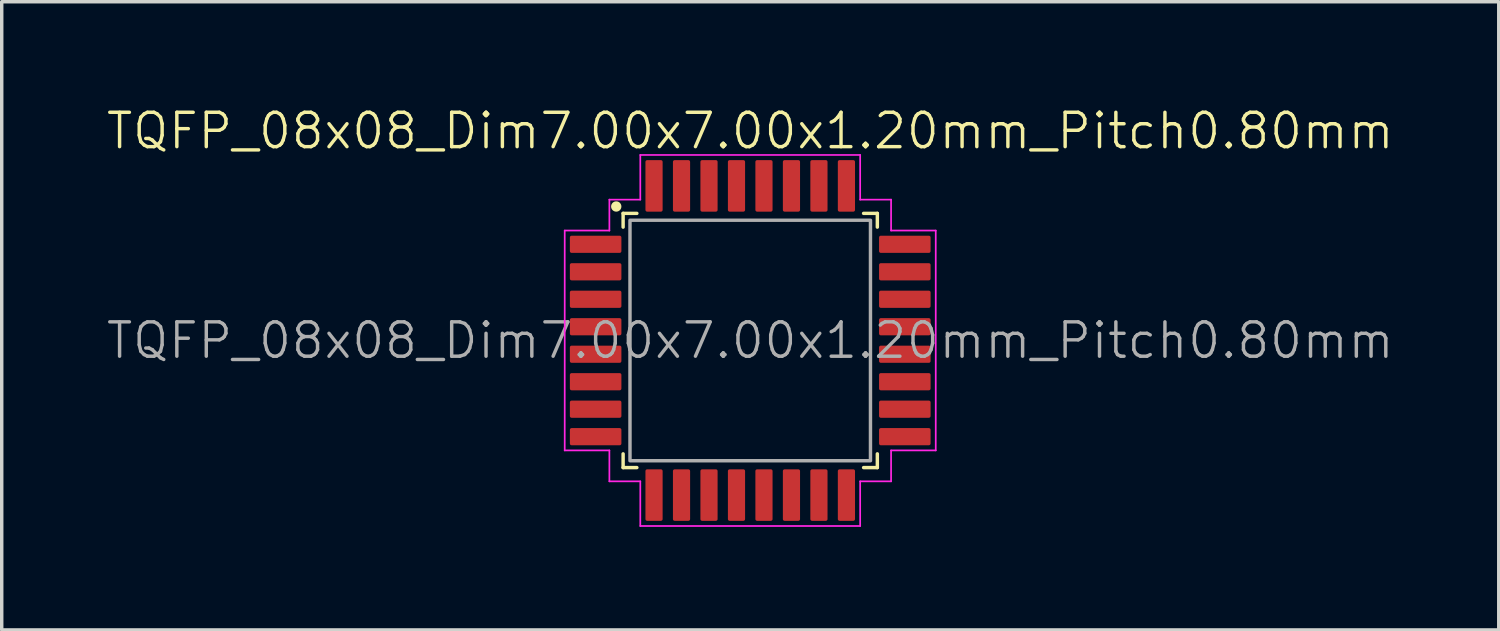
<source format=kicad_pcb>
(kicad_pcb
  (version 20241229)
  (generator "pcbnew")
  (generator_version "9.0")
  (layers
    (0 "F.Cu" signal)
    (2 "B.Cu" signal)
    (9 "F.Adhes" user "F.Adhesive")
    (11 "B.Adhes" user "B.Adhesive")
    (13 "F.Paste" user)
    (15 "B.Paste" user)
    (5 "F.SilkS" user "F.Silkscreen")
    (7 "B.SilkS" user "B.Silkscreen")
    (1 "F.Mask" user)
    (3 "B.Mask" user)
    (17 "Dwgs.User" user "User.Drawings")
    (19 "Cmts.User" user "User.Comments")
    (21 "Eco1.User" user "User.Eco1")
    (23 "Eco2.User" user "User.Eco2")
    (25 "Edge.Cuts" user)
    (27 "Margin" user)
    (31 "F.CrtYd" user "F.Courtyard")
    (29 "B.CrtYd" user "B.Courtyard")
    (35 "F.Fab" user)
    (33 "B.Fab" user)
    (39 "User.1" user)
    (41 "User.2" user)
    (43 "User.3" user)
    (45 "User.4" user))
  (footprint "TQFP_08x08_Dim7.00x7.00x1.20mm_Pitch0.80mm"
    (layer "F.Cu")
    (at 18.788 6.861)
    (property "Reference" "TQFP_08x08_Dim7.00x7.00x1.20mm_Pitch0.80mm" (at 0 -6.1 0) (unlocked yes) (layer "F.SilkS") (effects (font (size 1 1) (thickness 0.1))))
    (attr smd)
    (fp_line (start -3.7 -3.7) (end -3.7 -3.3) (stroke (width 0.1) (type default)) (layer "F.SilkS"))
    (fp_line (start -3.7 3.3) (end -3.7 3.7) (stroke (width 0.1) (type default)) (layer "F.SilkS"))
    (fp_line (start -3.7 3.7) (end -3.3 3.7) (stroke (width 0.1) (type default)) (layer "F.SilkS"))
    (fp_line (start -3.3 -3.7) (end -3.7 -3.7) (stroke (width 0.1) (type default)) (layer "F.SilkS"))
    (fp_line (start 3.3 -3.7) (end 3.7 -3.7) (stroke (width 0.1) (type default)) (layer "F.SilkS"))
    (fp_line (start 3.3 3.7) (end 3.7 3.7) (stroke (width 0.1) (type default)) (layer "F.SilkS"))
    (fp_line (start 3.7 -3.7) (end 3.7 -3.3) (stroke (width 0.1) (type default)) (layer "F.SilkS"))
    (fp_line (start 3.7 3.7) (end 3.7 3.3) (stroke (width 0.1) (type default)) (layer "F.SilkS"))
    (fp_circle (center -3.9 -3.9) (end -3.8 -3.9) (stroke (width 0.1) (type solid)) (fill yes) (layer "F.SilkS"))
    (fp_line (start -5.4 -3.2) (end -4.1 -3.2) (stroke (width 0.05) (type default)) (layer "F.CrtYd"))
    (fp_line (start -5.4 3.2) (end -5.4 -3.2) (stroke (width 0.05) (type default)) (layer "F.CrtYd"))
    (fp_line (start -4.1 -4.1) (end -3.2 -4.1) (stroke (width 0.05) (type default)) (layer "F.CrtYd"))
    (fp_line (start -4.1 -3.2) (end -4.1 -4.1) (stroke (width 0.05) (type default)) (layer "F.CrtYd"))
    (fp_line (start -4.1 3.2) (end -5.4 3.2) (stroke (width 0.05) (type default)) (layer "F.CrtYd"))
    (fp_line (start -4.1 4.1) (end -4.1 3.2) (stroke (width 0.05) (type default)) (layer "F.CrtYd"))
    (fp_line (start -3.2 -5.4) (end 3.2 -5.4) (stroke (width 0.05) (type default)) (layer "F.CrtYd"))
    (fp_line (start -3.2 -4.1) (end -3.2 -5.4) (stroke (width 0.05) (type default)) (layer "F.CrtYd"))
    (fp_line (start -3.2 4.1) (end -4.1 4.1) (stroke (width 0.05) (type default)) (layer "F.CrtYd"))
    (fp_line (start -3.2 5.4) (end -3.2 4.1) (stroke (width 0.05) (type default)) (layer "F.CrtYd"))
    (fp_line (start 3.2 -5.4) (end 3.2 -4.1) (stroke (width 0.05) (type default)) (layer "F.CrtYd"))
    (fp_line (start 3.2 -4.1) (end 4.1 -4.1) (stroke (width 0.05) (type default)) (layer "F.CrtYd"))
    (fp_line (start 3.2 4.1) (end 3.2 5.4) (stroke (width 0.05) (type default)) (layer "F.CrtYd"))
    (fp_line (start 3.2 5.4) (end -3.2 5.4) (stroke (width 0.05) (type default)) (layer "F.CrtYd"))
    (fp_line (start 4.1 -4.1) (end 4.1 -3.2) (stroke (width 0.05) (type default)) (layer "F.CrtYd"))
    (fp_line (start 4.1 -3.2) (end 5.4 -3.2) (stroke (width 0.05) (type default)) (layer "F.CrtYd"))
    (fp_line (start 4.1 3.2) (end 4.1 4.1) (stroke (width 0.05) (type default)) (layer "F.CrtYd"))
    (fp_line (start 4.1 4.1) (end 3.2 4.1) (stroke (width 0.05) (type default)) (layer "F.CrtYd"))
    (fp_line (start 5.4 -3.2) (end 5.4 3.2) (stroke (width 0.05) (type default)) (layer "F.CrtYd"))
    (fp_line (start 5.4 3.2) (end 4.1 3.2) (stroke (width 0.05) (type default)) (layer "F.CrtYd"))
    (fp_rect (start -3.5 -3.5) (end 3.5 3.5) (stroke (width 0.1) (type default)) (fill no) (layer "F.Fab"))
    (fp_text user "${REFERENCE}" (at 0 0 0) (unlocked yes) (layer "F.Fab") (effects (font (size 1 1) (thickness 0.1))))
    (pad "1" smd roundrect (at -4.5 -2.8) (size 1.5 0.5) (layers "F.Cu" "F.Mask" "F.Paste") (roundrect_rratio 0.1))
    (pad "2" smd roundrect (at -4.5 -2) (size 1.5 0.5) (layers "F.Cu" "F.Mask" "F.Paste") (roundrect_rratio 0.1))
    (pad "3" smd roundrect (at -4.5 -1.2) (size 1.5 0.5) (layers "F.Cu" "F.Mask" "F.Paste") (roundrect_rratio 0.1))
    (pad "4" smd roundrect (at -4.5 -0.4) (size 1.5 0.5) (layers "F.Cu" "F.Mask" "F.Paste") (roundrect_rratio 0.1))
    (pad "5" smd roundrect (at -4.5 0.4) (size 1.5 0.5) (layers "F.Cu" "F.Mask" "F.Paste") (roundrect_rratio 0.1))
    (pad "6" smd roundrect (at -4.5 1.2) (size 1.5 0.5) (layers "F.Cu" "F.Mask" "F.Paste") (roundrect_rratio 0.1))
    (pad "7" smd roundrect (at -4.5 2) (size 1.5 0.5) (layers "F.Cu" "F.Mask" "F.Paste") (roundrect_rratio 0.1))
    (pad "8" smd roundrect (at -4.5 2.8) (size 1.5 0.5) (layers "F.Cu" "F.Mask" "F.Paste") (roundrect_rratio 0.1))
    (pad "9" smd roundrect (at -2.8 4.5) (size 0.5 1.5) (layers "F.Cu" "F.Mask" "F.Paste") (roundrect_rratio 0.1))
    (pad "10" smd roundrect (at -2 4.5) (size 0.5 1.5) (layers "F.Cu" "F.Mask" "F.Paste") (roundrect_rratio 0.1))
    (pad "11" smd roundrect (at -1.2 4.5) (size 0.5 1.5) (layers "F.Cu" "F.Mask" "F.Paste") (roundrect_rratio 0.1))
    (pad "12" smd roundrect (at -0.4 4.5) (size 0.5 1.5) (layers "F.Cu" "F.Mask" "F.Paste") (roundrect_rratio 0.1))
    (pad "13" smd roundrect (at 0.4 4.5) (size 0.5 1.5) (layers "F.Cu" "F.Mask" "F.Paste") (roundrect_rratio 0.1))
    (pad "14" smd roundrect (at 1.2 4.5) (size 0.5 1.5) (layers "F.Cu" "F.Mask" "F.Paste") (roundrect_rratio 0.1))
    (pad "15" smd roundrect (at 2 4.5) (size 0.5 1.5) (layers "F.Cu" "F.Mask" "F.Paste") (roundrect_rratio 0.1))
    (pad "16" smd roundrect (at 2.8 4.5) (size 0.5 1.5) (layers "F.Cu" "F.Mask" "F.Paste") (roundrect_rratio 0.1))
    (pad "17" smd roundrect (at 4.5 2.8) (size 1.5 0.5) (layers "F.Cu" "F.Mask" "F.Paste") (roundrect_rratio 0.1))
    (pad "18" smd roundrect (at 4.5 2) (size 1.5 0.5) (layers "F.Cu" "F.Mask" "F.Paste") (roundrect_rratio 0.1))
    (pad "19" smd roundrect (at 4.5 1.2) (size 1.5 0.5) (layers "F.Cu" "F.Mask" "F.Paste") (roundrect_rratio 0.1))
    (pad "20" smd roundrect (at 4.5 0.4) (size 1.5 0.5) (layers "F.Cu" "F.Mask" "F.Paste") (roundrect_rratio 0.1))
    (pad "21" smd roundrect (at 4.5 -0.4) (size 1.5 0.5) (layers "F.Cu" "F.Mask" "F.Paste") (roundrect_rratio 0.1))
    (pad "22" smd roundrect (at 4.5 -1.2) (size 1.5 0.5) (layers "F.Cu" "F.Mask" "F.Paste") (roundrect_rratio 0.1))
    (pad "23" smd roundrect (at 4.5 -2) (size 1.5 0.5) (layers "F.Cu" "F.Mask" "F.Paste") (roundrect_rratio 0.1))
    (pad "24" smd roundrect (at 4.5 -2.8) (size 1.5 0.5) (layers "F.Cu" "F.Mask" "F.Paste") (roundrect_rratio 0.1))
    (pad "25" smd roundrect (at 2.8 -4.5) (size 0.5 1.5) (layers "F.Cu" "F.Mask" "F.Paste") (roundrect_rratio 0.1))
    (pad "26" smd roundrect (at 2 -4.5) (size 0.5 1.5) (layers "F.Cu" "F.Mask" "F.Paste") (roundrect_rratio 0.1))
    (pad "27" smd roundrect (at 1.2 -4.5) (size 0.5 1.5) (layers "F.Cu" "F.Mask" "F.Paste") (roundrect_rratio 0.1))
    (pad "28" smd roundrect (at 0.4 -4.5) (size 0.5 1.5) (layers "F.Cu" "F.Mask" "F.Paste") (roundrect_rratio 0.1))
    (pad "29" smd roundrect (at -0.4 -4.5) (size 0.5 1.5) (layers "F.Cu" "F.Mask" "F.Paste") (roundrect_rratio 0.1))
    (pad "30" smd roundrect (at -1.2 -4.5) (size 0.5 1.5) (layers "F.Cu" "F.Mask" "F.Paste") (roundrect_rratio 0.1))
    (pad "31" smd roundrect (at -2 -4.5) (size 0.5 1.5) (layers "F.Cu" "F.Mask" "F.Paste") (roundrect_rratio 0.1))
    (pad "32" smd roundrect (at -2.8 -4.5) (size 0.5 1.5) (layers "F.Cu" "F.Mask" "F.Paste") (roundrect_rratio 0.1)))
  (gr_rect
    (start -3 -3)
    (end 40.576 15.286)
    (stroke (width 0.1) (type default))
    (fill no)
    (layer "Edge.Cuts")))
</source>
